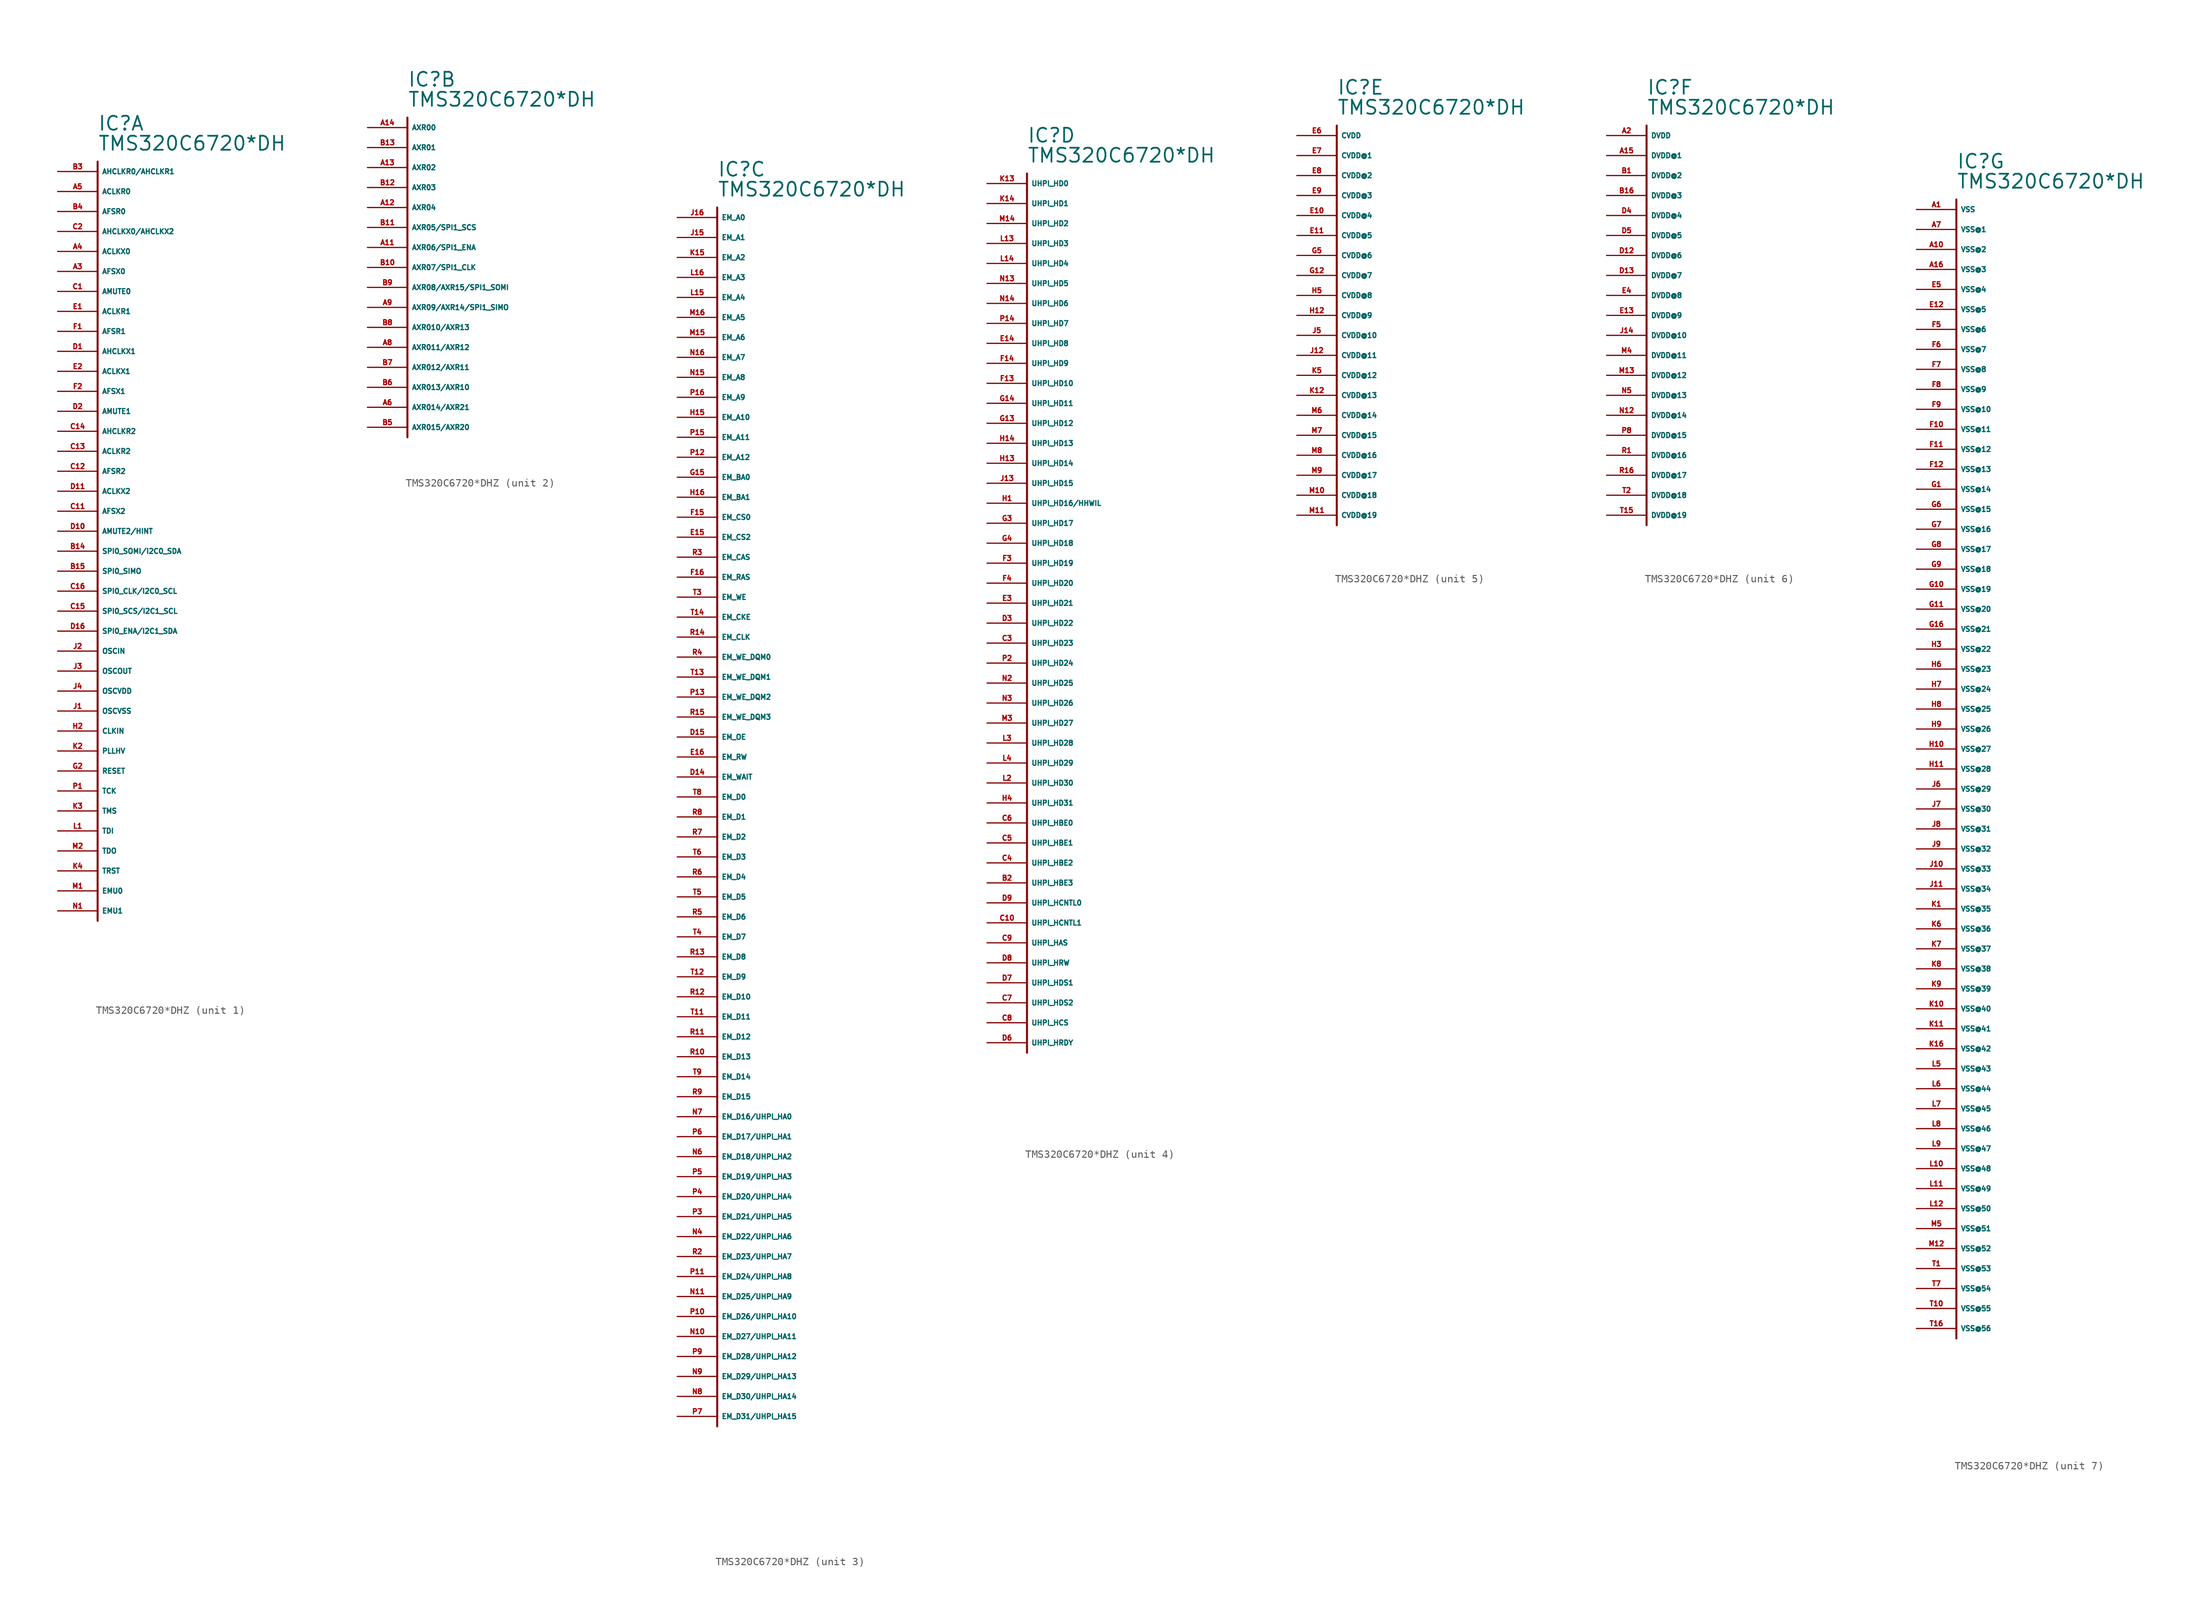
<source format=kicad_sym>
(kicad_symbol_lib
  (version 20220914)
  (generator Eagle2Kicad)
  (symbol "TMS320C6720*DHZ"
    (property "Reference" "IC"
      (at 0 5.08 0)
      (effects (font (size 1.778 1.778) (thickness 0.22)) (justify left bottom)))
    (property "Value" "TMS320C6720*DH"
      (at 0 2.54 0)
      (effects (font (size 1.778 1.778) (thickness 0.22)) (justify left bottom)))
    (symbol "TMS320C6720*DHZ_1_0"
      (polyline (pts (xy 0 1.27) (xy 0 -95.25)) (stroke (width 0.254) (type default)) (fill (type none)))
      (pin bidirectional line (at -5.08 0 0) (length 5.08) (name "AHCLKR0/AHCLKR1" (effects (font (size 0.635 0.635) (thickness 0.08)) (justify left bottom))) (number "B3" (effects (font (size 0.635 0.635) (thickness 0.08)) (justify left bottom))))
      (pin bidirectional line (at -5.08 -2.54 0) (length 5.08) (name "ACLKR0" (effects (font (size 0.635 0.635) (thickness 0.08)) (justify left bottom))) (number "A5" (effects (font (size 0.635 0.635) (thickness 0.08)) (justify left bottom))))
      (pin bidirectional line (at -5.08 -5.08 0) (length 5.08) (name "AFSR0" (effects (font (size 0.635 0.635) (thickness 0.08)) (justify left bottom))) (number "B4" (effects (font (size 0.635 0.635) (thickness 0.08)) (justify left bottom))))
      (pin bidirectional line (at -5.08 -7.62 0) (length 5.08) (name "AHCLKX0/AHCLKX2" (effects (font (size 0.635 0.635) (thickness 0.08)) (justify left bottom))) (number "C2" (effects (font (size 0.635 0.635) (thickness 0.08)) (justify left bottom))))
      (pin bidirectional line (at -5.08 -10.16 0) (length 5.08) (name "ACLKX0" (effects (font (size 0.635 0.635) (thickness 0.08)) (justify left bottom))) (number "A4" (effects (font (size 0.635 0.635) (thickness 0.08)) (justify left bottom))))
      (pin bidirectional line (at -5.08 -12.7 0) (length 5.08) (name "AFSX0" (effects (font (size 0.635 0.635) (thickness 0.08)) (justify left bottom))) (number "A3" (effects (font (size 0.635 0.635) (thickness 0.08)) (justify left bottom))))
      (pin bidirectional line (at -5.08 -17.78 0) (length 5.08) (name "ACLKR1" (effects (font (size 0.635 0.635) (thickness 0.08)) (justify left bottom))) (number "E1" (effects (font (size 0.635 0.635) (thickness 0.08)) (justify left bottom))))
      (pin bidirectional line (at -5.08 -20.32 0) (length 5.08) (name "AFSR1" (effects (font (size 0.635 0.635) (thickness 0.08)) (justify left bottom))) (number "F1" (effects (font (size 0.635 0.635) (thickness 0.08)) (justify left bottom))))
      (pin bidirectional line (at -5.08 -22.86 0) (length 5.08) (name "AHCLKX1" (effects (font (size 0.635 0.635) (thickness 0.08)) (justify left bottom))) (number "D1" (effects (font (size 0.635 0.635) (thickness 0.08)) (justify left bottom))))
      (pin bidirectional line (at -5.08 -25.4 0) (length 5.08) (name "ACLKX1" (effects (font (size 0.635 0.635) (thickness 0.08)) (justify left bottom))) (number "E2" (effects (font (size 0.635 0.635) (thickness 0.08)) (justify left bottom))))
      (pin bidirectional line (at -5.08 -27.94 0) (length 5.08) (name "AFSX1" (effects (font (size 0.635 0.635) (thickness 0.08)) (justify left bottom))) (number "F2" (effects (font (size 0.635 0.635) (thickness 0.08)) (justify left bottom))))
      (pin output line (at -5.08 -30.48 0) (length 5.08) (name "AMUTE1" (effects (font (size 0.635 0.635) (thickness 0.08)) (justify left bottom))) (number "D2" (effects (font (size 0.635 0.635) (thickness 0.08)) (justify left bottom))))
      (pin bidirectional line (at -5.08 -33.02 0) (length 5.08) (name "AHCLKR2" (effects (font (size 0.635 0.635) (thickness 0.08)) (justify left bottom))) (number "C14" (effects (font (size 0.635 0.635) (thickness 0.08)) (justify left bottom))))
      (pin bidirectional line (at -5.08 -35.56 0) (length 5.08) (name "ACLKR2" (effects (font (size 0.635 0.635) (thickness 0.08)) (justify left bottom))) (number "C13" (effects (font (size 0.635 0.635) (thickness 0.08)) (justify left bottom))))
      (pin bidirectional line (at -5.08 -38.1 0) (length 5.08) (name "AFSR2" (effects (font (size 0.635 0.635) (thickness 0.08)) (justify left bottom))) (number "C12" (effects (font (size 0.635 0.635) (thickness 0.08)) (justify left bottom))))
      (pin bidirectional line (at -5.08 -40.64 0) (length 5.08) (name "ACLKX2" (effects (font (size 0.635 0.635) (thickness 0.08)) (justify left bottom))) (number "D11" (effects (font (size 0.635 0.635) (thickness 0.08)) (justify left bottom))))
      (pin bidirectional line (at -5.08 -43.18 0) (length 5.08) (name "AFSX2" (effects (font (size 0.635 0.635) (thickness 0.08)) (justify left bottom))) (number "C11" (effects (font (size 0.635 0.635) (thickness 0.08)) (justify left bottom))))
      (pin output line (at -5.08 -45.72 0) (length 5.08) (name "AMUTE2/HINT" (effects (font (size 0.635 0.635) (thickness 0.08)) (justify left bottom))) (number "D10" (effects (font (size 0.635 0.635) (thickness 0.08)) (justify left bottom))))
      (pin bidirectional line (at -5.08 -48.26 0) (length 5.08) (name "SPI0_SOMI/I2C0_SDA" (effects (font (size 0.635 0.635) (thickness 0.08)) (justify left bottom))) (number "B14" (effects (font (size 0.635 0.635) (thickness 0.08)) (justify left bottom))))
      (pin bidirectional line (at -5.08 -50.8 0) (length 5.08) (name "SPI0_SIMO" (effects (font (size 0.635 0.635) (thickness 0.08)) (justify left bottom))) (number "B15" (effects (font (size 0.635 0.635) (thickness 0.08)) (justify left bottom))))
      (pin bidirectional line (at -5.08 -53.34 0) (length 5.08) (name "SPI0_CLK/I2C0_SCL" (effects (font (size 0.635 0.635) (thickness 0.08)) (justify left bottom))) (number "C16" (effects (font (size 0.635 0.635) (thickness 0.08)) (justify left bottom))))
      (pin bidirectional line (at -5.08 -55.88 0) (length 5.08) (name "SPI0_SCS/I2C1_SCL" (effects (font (size 0.635 0.635) (thickness 0.08)) (justify left bottom))) (number "C15" (effects (font (size 0.635 0.635) (thickness 0.08)) (justify left bottom))))
      (pin bidirectional line (at -5.08 -58.42 0) (length 5.08) (name "SPI0_ENA/I2C1_SDA" (effects (font (size 0.635 0.635) (thickness 0.08)) (justify left bottom))) (number "D16" (effects (font (size 0.635 0.635) (thickness 0.08)) (justify left bottom))))
      (pin input line (at -5.08 -60.96 0) (length 5.08) (name "OSCIN" (effects (font (size 0.635 0.635) (thickness 0.08)) (justify left bottom))) (number "J2" (effects (font (size 0.635 0.635) (thickness 0.08)) (justify left bottom))))
      (pin output line (at -5.08 -63.5 0) (length 5.08) (name "OSCOUT" (effects (font (size 0.635 0.635) (thickness 0.08)) (justify left bottom))) (number "J3" (effects (font (size 0.635 0.635) (thickness 0.08)) (justify left bottom))))
      (pin unspecified line (at -5.08 -66.04 0) (length 5.08) (name "OSCVDD" (effects (font (size 0.635 0.635) (thickness 0.08)) (justify left bottom))) (number "J4" (effects (font (size 0.635 0.635) (thickness 0.08)) (justify left bottom))))
      (pin unspecified line (at -5.08 -68.58 0) (length 5.08) (name "OSCVSS" (effects (font (size 0.635 0.635) (thickness 0.08)) (justify left bottom))) (number "J1" (effects (font (size 0.635 0.635) (thickness 0.08)) (justify left bottom))))
      (pin input line (at -5.08 -71.12 0) (length 5.08) (name "CLKIN" (effects (font (size 0.635 0.635) (thickness 0.08)) (justify left bottom))) (number "H2" (effects (font (size 0.635 0.635) (thickness 0.08)) (justify left bottom))))
      (pin unspecified line (at -5.08 -73.66 0) (length 5.08) (name "PLLHV" (effects (font (size 0.635 0.635) (thickness 0.08)) (justify left bottom))) (number "K2" (effects (font (size 0.635 0.635) (thickness 0.08)) (justify left bottom))))
      (pin input line (at -5.08 -76.2 0) (length 5.08) (name "RESET" (effects (font (size 0.635 0.635) (thickness 0.08)) (justify left bottom))) (number "G2" (effects (font (size 0.635 0.635) (thickness 0.08)) (justify left bottom))))
      (pin input line (at -5.08 -78.74 0) (length 5.08) (name "TCK" (effects (font (size 0.635 0.635) (thickness 0.08)) (justify left bottom))) (number "P1" (effects (font (size 0.635 0.635) (thickness 0.08)) (justify left bottom))))
      (pin input line (at -5.08 -81.28 0) (length 5.08) (name "TMS" (effects (font (size 0.635 0.635) (thickness 0.08)) (justify left bottom))) (number "K3" (effects (font (size 0.635 0.635) (thickness 0.08)) (justify left bottom))))
      (pin input line (at -5.08 -83.82 0) (length 5.08) (name "TDI" (effects (font (size 0.635 0.635) (thickness 0.08)) (justify left bottom))) (number "L1" (effects (font (size 0.635 0.635) (thickness 0.08)) (justify left bottom))))
      (pin tri_state line (at -5.08 -86.36 0) (length 5.08) (name "TDO" (effects (font (size 0.635 0.635) (thickness 0.08)) (justify left bottom))) (number "M2" (effects (font (size 0.635 0.635) (thickness 0.08)) (justify left bottom))))
      (pin input line (at -5.08 -88.9 0) (length 5.08) (name "TRST" (effects (font (size 0.635 0.635) (thickness 0.08)) (justify left bottom))) (number "K4" (effects (font (size 0.635 0.635) (thickness 0.08)) (justify left bottom))))
      (pin bidirectional line (at -5.08 -91.44 0) (length 5.08) (name "EMU0" (effects (font (size 0.635 0.635) (thickness 0.08)) (justify left bottom))) (number "M1" (effects (font (size 0.635 0.635) (thickness 0.08)) (justify left bottom))))
      (pin bidirectional line (at -5.08 -93.98 0) (length 5.08) (name "EMU1" (effects (font (size 0.635 0.635) (thickness 0.08)) (justify left bottom))) (number "N1" (effects (font (size 0.635 0.635) (thickness 0.08)) (justify left bottom))))
      (pin output line (at -5.08 -15.24 0) (length 5.08) (name "AMUTE0" (effects (font (size 0.635 0.635) (thickness 0.08)) (justify left bottom))) (number "C1" (effects (font (size 0.635 0.635) (thickness 0.08)) (justify left bottom)))))
    (symbol "TMS320C6720*DHZ_2_0"
      (polyline (pts (xy 0 1.27) (xy 0 -39.37)) (stroke (width 0.254) (type default)) (fill (type none)))
      (pin bidirectional line (at -5.08 0 0) (length 5.08) (name "AXR00" (effects (font (size 0.635 0.635) (thickness 0.08)) (justify left bottom))) (number "A14" (effects (font (size 0.635 0.635) (thickness 0.08)) (justify left bottom))))
      (pin bidirectional line (at -5.08 -2.54 0) (length 5.08) (name "AXR01" (effects (font (size 0.635 0.635) (thickness 0.08)) (justify left bottom))) (number "B13" (effects (font (size 0.635 0.635) (thickness 0.08)) (justify left bottom))))
      (pin bidirectional line (at -5.08 -5.08 0) (length 5.08) (name "AXR02" (effects (font (size 0.635 0.635) (thickness 0.08)) (justify left bottom))) (number "A13" (effects (font (size 0.635 0.635) (thickness 0.08)) (justify left bottom))))
      (pin bidirectional line (at -5.08 -7.62 0) (length 5.08) (name "AXR03" (effects (font (size 0.635 0.635) (thickness 0.08)) (justify left bottom))) (number "B12" (effects (font (size 0.635 0.635) (thickness 0.08)) (justify left bottom))))
      (pin bidirectional line (at -5.08 -10.16 0) (length 5.08) (name "AXR04" (effects (font (size 0.635 0.635) (thickness 0.08)) (justify left bottom))) (number "A12" (effects (font (size 0.635 0.635) (thickness 0.08)) (justify left bottom))))
      (pin bidirectional line (at -5.08 -12.7 0) (length 5.08) (name "AXR05/SPI1_SCS" (effects (font (size 0.635 0.635) (thickness 0.08)) (justify left bottom))) (number "B11" (effects (font (size 0.635 0.635) (thickness 0.08)) (justify left bottom))))
      (pin bidirectional line (at -5.08 -15.24 0) (length 5.08) (name "AXR06/SPI1_ENA" (effects (font (size 0.635 0.635) (thickness 0.08)) (justify left bottom))) (number "A11" (effects (font (size 0.635 0.635) (thickness 0.08)) (justify left bottom))))
      (pin bidirectional line (at -5.08 -17.78 0) (length 5.08) (name "AXR07/SPI1_CLK" (effects (font (size 0.635 0.635) (thickness 0.08)) (justify left bottom))) (number "B10" (effects (font (size 0.635 0.635) (thickness 0.08)) (justify left bottom))))
      (pin bidirectional line (at -5.08 -20.32 0) (length 5.08) (name "AXR08/AXR15/SPI1_SOMI" (effects (font (size 0.635 0.635) (thickness 0.08)) (justify left bottom))) (number "B9" (effects (font (size 0.635 0.635) (thickness 0.08)) (justify left bottom))))
      (pin bidirectional line (at -5.08 -22.86 0) (length 5.08) (name "AXR09/AXR14/SPI1_SIMO" (effects (font (size 0.635 0.635) (thickness 0.08)) (justify left bottom))) (number "A9" (effects (font (size 0.635 0.635) (thickness 0.08)) (justify left bottom))))
      (pin bidirectional line (at -5.08 -25.4 0) (length 5.08) (name "AXR010/AXR13" (effects (font (size 0.635 0.635) (thickness 0.08)) (justify left bottom))) (number "B8" (effects (font (size 0.635 0.635) (thickness 0.08)) (justify left bottom))))
      (pin bidirectional line (at -5.08 -27.94 0) (length 5.08) (name "AXR011/AXR12" (effects (font (size 0.635 0.635) (thickness 0.08)) (justify left bottom))) (number "A8" (effects (font (size 0.635 0.635) (thickness 0.08)) (justify left bottom))))
      (pin bidirectional line (at -5.08 -30.48 0) (length 5.08) (name "AXR012/AXR11" (effects (font (size 0.635 0.635) (thickness 0.08)) (justify left bottom))) (number "B7" (effects (font (size 0.635 0.635) (thickness 0.08)) (justify left bottom))))
      (pin bidirectional line (at -5.08 -33.02 0) (length 5.08) (name "AXR013/AXR10" (effects (font (size 0.635 0.635) (thickness 0.08)) (justify left bottom))) (number "B6" (effects (font (size 0.635 0.635) (thickness 0.08)) (justify left bottom))))
      (pin bidirectional line (at -5.08 -35.56 0) (length 5.08) (name "AXR014/AXR21" (effects (font (size 0.635 0.635) (thickness 0.08)) (justify left bottom))) (number "A6" (effects (font (size 0.635 0.635) (thickness 0.08)) (justify left bottom))))
      (pin bidirectional line (at -5.08 -38.1 0) (length 5.08) (name "AXR015/AXR20" (effects (font (size 0.635 0.635) (thickness 0.08)) (justify left bottom))) (number "B5" (effects (font (size 0.635 0.635) (thickness 0.08)) (justify left bottom)))))
    (symbol "TMS320C6720*DHZ_3_0"
      (polyline (pts (xy 0 1.27) (xy 0 -153.67)) (stroke (width 0.254) (type default)) (fill (type none)))
      (pin output line (at -5.08 0 0) (length 5.08) (name "EM_A0" (effects (font (size 0.635 0.635) (thickness 0.08)) (justify left bottom))) (number "J16" (effects (font (size 0.635 0.635) (thickness 0.08)) (justify left bottom))))
      (pin output line (at -5.08 -2.54 0) (length 5.08) (name "EM_A1" (effects (font (size 0.635 0.635) (thickness 0.08)) (justify left bottom))) (number "J15" (effects (font (size 0.635 0.635) (thickness 0.08)) (justify left bottom))))
      (pin output line (at -5.08 -5.08 0) (length 5.08) (name "EM_A2" (effects (font (size 0.635 0.635) (thickness 0.08)) (justify left bottom))) (number "K15" (effects (font (size 0.635 0.635) (thickness 0.08)) (justify left bottom))))
      (pin output line (at -5.08 -7.62 0) (length 5.08) (name "EM_A3" (effects (font (size 0.635 0.635) (thickness 0.08)) (justify left bottom))) (number "L16" (effects (font (size 0.635 0.635) (thickness 0.08)) (justify left bottom))))
      (pin output line (at -5.08 -10.16 0) (length 5.08) (name "EM_A4" (effects (font (size 0.635 0.635) (thickness 0.08)) (justify left bottom))) (number "L15" (effects (font (size 0.635 0.635) (thickness 0.08)) (justify left bottom))))
      (pin output line (at -5.08 -12.7 0) (length 5.08) (name "EM_A5" (effects (font (size 0.635 0.635) (thickness 0.08)) (justify left bottom))) (number "M16" (effects (font (size 0.635 0.635) (thickness 0.08)) (justify left bottom))))
      (pin output line (at -5.08 -15.24 0) (length 5.08) (name "EM_A6" (effects (font (size 0.635 0.635) (thickness 0.08)) (justify left bottom))) (number "M15" (effects (font (size 0.635 0.635) (thickness 0.08)) (justify left bottom))))
      (pin output line (at -5.08 -17.78 0) (length 5.08) (name "EM_A7" (effects (font (size 0.635 0.635) (thickness 0.08)) (justify left bottom))) (number "N16" (effects (font (size 0.635 0.635) (thickness 0.08)) (justify left bottom))))
      (pin output line (at -5.08 -20.32 0) (length 5.08) (name "EM_A8" (effects (font (size 0.635 0.635) (thickness 0.08)) (justify left bottom))) (number "N15" (effects (font (size 0.635 0.635) (thickness 0.08)) (justify left bottom))))
      (pin output line (at -5.08 -22.86 0) (length 5.08) (name "EM_A9" (effects (font (size 0.635 0.635) (thickness 0.08)) (justify left bottom))) (number "P16" (effects (font (size 0.635 0.635) (thickness 0.08)) (justify left bottom))))
      (pin output line (at -5.08 -25.4 0) (length 5.08) (name "EM_A10" (effects (font (size 0.635 0.635) (thickness 0.08)) (justify left bottom))) (number "H15" (effects (font (size 0.635 0.635) (thickness 0.08)) (justify left bottom))))
      (pin output line (at -5.08 -27.94 0) (length 5.08) (name "EM_A11" (effects (font (size 0.635 0.635) (thickness 0.08)) (justify left bottom))) (number "P15" (effects (font (size 0.635 0.635) (thickness 0.08)) (justify left bottom))))
      (pin output line (at -5.08 -30.48 0) (length 5.08) (name "EM_A12" (effects (font (size 0.635 0.635) (thickness 0.08)) (justify left bottom))) (number "P12" (effects (font (size 0.635 0.635) (thickness 0.08)) (justify left bottom))))
      (pin output line (at -5.08 -33.02 0) (length 5.08) (name "EM_BA0" (effects (font (size 0.635 0.635) (thickness 0.08)) (justify left bottom))) (number "G15" (effects (font (size 0.635 0.635) (thickness 0.08)) (justify left bottom))))
      (pin output line (at -5.08 -35.56 0) (length 5.08) (name "EM_BA1" (effects (font (size 0.635 0.635) (thickness 0.08)) (justify left bottom))) (number "H16" (effects (font (size 0.635 0.635) (thickness 0.08)) (justify left bottom))))
      (pin output line (at -5.08 -38.1 0) (length 5.08) (name "EM_CS0" (effects (font (size 0.635 0.635) (thickness 0.08)) (justify left bottom))) (number "F15" (effects (font (size 0.635 0.635) (thickness 0.08)) (justify left bottom))))
      (pin output line (at -5.08 -40.64 0) (length 5.08) (name "EM_CS2" (effects (font (size 0.635 0.635) (thickness 0.08)) (justify left bottom))) (number "E15" (effects (font (size 0.635 0.635) (thickness 0.08)) (justify left bottom))))
      (pin output line (at -5.08 -43.18 0) (length 5.08) (name "EM_CAS" (effects (font (size 0.635 0.635) (thickness 0.08)) (justify left bottom))) (number "R3" (effects (font (size 0.635 0.635) (thickness 0.08)) (justify left bottom))))
      (pin output line (at -5.08 -45.72 0) (length 5.08) (name "EM_RAS" (effects (font (size 0.635 0.635) (thickness 0.08)) (justify left bottom))) (number "F16" (effects (font (size 0.635 0.635) (thickness 0.08)) (justify left bottom))))
      (pin output line (at -5.08 -48.26 0) (length 5.08) (name "EM_WE" (effects (font (size 0.635 0.635) (thickness 0.08)) (justify left bottom))) (number "T3" (effects (font (size 0.635 0.635) (thickness 0.08)) (justify left bottom))))
      (pin output line (at -5.08 -50.8 0) (length 5.08) (name "EM_CKE" (effects (font (size 0.635 0.635) (thickness 0.08)) (justify left bottom))) (number "T14" (effects (font (size 0.635 0.635) (thickness 0.08)) (justify left bottom))))
      (pin output line (at -5.08 -53.34 0) (length 5.08) (name "EM_CLK" (effects (font (size 0.635 0.635) (thickness 0.08)) (justify left bottom))) (number "R14" (effects (font (size 0.635 0.635) (thickness 0.08)) (justify left bottom))))
      (pin output line (at -5.08 -55.88 0) (length 5.08) (name "EM_WE_DQM0" (effects (font (size 0.635 0.635) (thickness 0.08)) (justify left bottom))) (number "R4" (effects (font (size 0.635 0.635) (thickness 0.08)) (justify left bottom))))
      (pin output line (at -5.08 -58.42 0) (length 5.08) (name "EM_WE_DQM1" (effects (font (size 0.635 0.635) (thickness 0.08)) (justify left bottom))) (number "T13" (effects (font (size 0.635 0.635) (thickness 0.08)) (justify left bottom))))
      (pin output line (at -5.08 -60.96 0) (length 5.08) (name "EM_WE_DQM2" (effects (font (size 0.635 0.635) (thickness 0.08)) (justify left bottom))) (number "P13" (effects (font (size 0.635 0.635) (thickness 0.08)) (justify left bottom))))
      (pin output line (at -5.08 -63.5 0) (length 5.08) (name "EM_WE_DQM3" (effects (font (size 0.635 0.635) (thickness 0.08)) (justify left bottom))) (number "R15" (effects (font (size 0.635 0.635) (thickness 0.08)) (justify left bottom))))
      (pin output line (at -5.08 -66.04 0) (length 5.08) (name "EM_OE" (effects (font (size 0.635 0.635) (thickness 0.08)) (justify left bottom))) (number "D15" (effects (font (size 0.635 0.635) (thickness 0.08)) (justify left bottom))))
      (pin output line (at -5.08 -68.58 0) (length 5.08) (name "EM_RW" (effects (font (size 0.635 0.635) (thickness 0.08)) (justify left bottom))) (number "E16" (effects (font (size 0.635 0.635) (thickness 0.08)) (justify left bottom))))
      (pin input line (at -5.08 -71.12 0) (length 5.08) (name "EM_WAIT" (effects (font (size 0.635 0.635) (thickness 0.08)) (justify left bottom))) (number "D14" (effects (font (size 0.635 0.635) (thickness 0.08)) (justify left bottom))))
      (pin bidirectional line (at -5.08 -73.66 0) (length 5.08) (name "EM_D0" (effects (font (size 0.635 0.635) (thickness 0.08)) (justify left bottom))) (number "T8" (effects (font (size 0.635 0.635) (thickness 0.08)) (justify left bottom))))
      (pin bidirectional line (at -5.08 -76.2 0) (length 5.08) (name "EM_D1" (effects (font (size 0.635 0.635) (thickness 0.08)) (justify left bottom))) (number "R8" (effects (font (size 0.635 0.635) (thickness 0.08)) (justify left bottom))))
      (pin bidirectional line (at -5.08 -78.74 0) (length 5.08) (name "EM_D2" (effects (font (size 0.635 0.635) (thickness 0.08)) (justify left bottom))) (number "R7" (effects (font (size 0.635 0.635) (thickness 0.08)) (justify left bottom))))
      (pin bidirectional line (at -5.08 -81.28 0) (length 5.08) (name "EM_D3" (effects (font (size 0.635 0.635) (thickness 0.08)) (justify left bottom))) (number "T6" (effects (font (size 0.635 0.635) (thickness 0.08)) (justify left bottom))))
      (pin bidirectional line (at -5.08 -83.82 0) (length 5.08) (name "EM_D4" (effects (font (size 0.635 0.635) (thickness 0.08)) (justify left bottom))) (number "R6" (effects (font (size 0.635 0.635) (thickness 0.08)) (justify left bottom))))
      (pin bidirectional line (at -5.08 -86.36 0) (length 5.08) (name "EM_D5" (effects (font (size 0.635 0.635) (thickness 0.08)) (justify left bottom))) (number "T5" (effects (font (size 0.635 0.635) (thickness 0.08)) (justify left bottom))))
      (pin bidirectional line (at -5.08 -88.9 0) (length 5.08) (name "EM_D6" (effects (font (size 0.635 0.635) (thickness 0.08)) (justify left bottom))) (number "R5" (effects (font (size 0.635 0.635) (thickness 0.08)) (justify left bottom))))
      (pin bidirectional line (at -5.08 -91.44 0) (length 5.08) (name "EM_D7" (effects (font (size 0.635 0.635) (thickness 0.08)) (justify left bottom))) (number "T4" (effects (font (size 0.635 0.635) (thickness 0.08)) (justify left bottom))))
      (pin bidirectional line (at -5.08 -93.98 0) (length 5.08) (name "EM_D8" (effects (font (size 0.635 0.635) (thickness 0.08)) (justify left bottom))) (number "R13" (effects (font (size 0.635 0.635) (thickness 0.08)) (justify left bottom))))
      (pin bidirectional line (at -5.08 -96.52 0) (length 5.08) (name "EM_D9" (effects (font (size 0.635 0.635) (thickness 0.08)) (justify left bottom))) (number "T12" (effects (font (size 0.635 0.635) (thickness 0.08)) (justify left bottom))))
      (pin bidirectional line (at -5.08 -99.06 0) (length 5.08) (name "EM_D10" (effects (font (size 0.635 0.635) (thickness 0.08)) (justify left bottom))) (number "R12" (effects (font (size 0.635 0.635) (thickness 0.08)) (justify left bottom))))
      (pin bidirectional line (at -5.08 -101.6 0) (length 5.08) (name "EM_D11" (effects (font (size 0.635 0.635) (thickness 0.08)) (justify left bottom))) (number "T11" (effects (font (size 0.635 0.635) (thickness 0.08)) (justify left bottom))))
      (pin bidirectional line (at -5.08 -104.14 0) (length 5.08) (name "EM_D12" (effects (font (size 0.635 0.635) (thickness 0.08)) (justify left bottom))) (number "R11" (effects (font (size 0.635 0.635) (thickness 0.08)) (justify left bottom))))
      (pin bidirectional line (at -5.08 -106.68 0) (length 5.08) (name "EM_D13" (effects (font (size 0.635 0.635) (thickness 0.08)) (justify left bottom))) (number "R10" (effects (font (size 0.635 0.635) (thickness 0.08)) (justify left bottom))))
      (pin bidirectional line (at -5.08 -109.22 0) (length 5.08) (name "EM_D14" (effects (font (size 0.635 0.635) (thickness 0.08)) (justify left bottom))) (number "T9" (effects (font (size 0.635 0.635) (thickness 0.08)) (justify left bottom))))
      (pin bidirectional line (at -5.08 -111.76 0) (length 5.08) (name "EM_D15" (effects (font (size 0.635 0.635) (thickness 0.08)) (justify left bottom))) (number "R9" (effects (font (size 0.635 0.635) (thickness 0.08)) (justify left bottom))))
      (pin bidirectional line (at -5.08 -114.3 0) (length 5.08) (name "EM_D16/UHPI_HA0" (effects (font (size 0.635 0.635) (thickness 0.08)) (justify left bottom))) (number "N7" (effects (font (size 0.635 0.635) (thickness 0.08)) (justify left bottom))))
      (pin bidirectional line (at -5.08 -116.84 0) (length 5.08) (name "EM_D17/UHPI_HA1" (effects (font (size 0.635 0.635) (thickness 0.08)) (justify left bottom))) (number "P6" (effects (font (size 0.635 0.635) (thickness 0.08)) (justify left bottom))))
      (pin bidirectional line (at -5.08 -119.38 0) (length 5.08) (name "EM_D18/UHPI_HA2" (effects (font (size 0.635 0.635) (thickness 0.08)) (justify left bottom))) (number "N6" (effects (font (size 0.635 0.635) (thickness 0.08)) (justify left bottom))))
      (pin bidirectional line (at -5.08 -121.92 0) (length 5.08) (name "EM_D19/UHPI_HA3" (effects (font (size 0.635 0.635) (thickness 0.08)) (justify left bottom))) (number "P5" (effects (font (size 0.635 0.635) (thickness 0.08)) (justify left bottom))))
      (pin bidirectional line (at -5.08 -124.46 0) (length 5.08) (name "EM_D20/UHPI_HA4" (effects (font (size 0.635 0.635) (thickness 0.08)) (justify left bottom))) (number "P4" (effects (font (size 0.635 0.635) (thickness 0.08)) (justify left bottom))))
      (pin bidirectional line (at -5.08 -127 0) (length 5.08) (name "EM_D21/UHPI_HA5" (effects (font (size 0.635 0.635) (thickness 0.08)) (justify left bottom))) (number "P3" (effects (font (size 0.635 0.635) (thickness 0.08)) (justify left bottom))))
      (pin bidirectional line (at -5.08 -129.54 0) (length 5.08) (name "EM_D22/UHPI_HA6" (effects (font (size 0.635 0.635) (thickness 0.08)) (justify left bottom))) (number "N4" (effects (font (size 0.635 0.635) (thickness 0.08)) (justify left bottom))))
      (pin bidirectional line (at -5.08 -132.08 0) (length 5.08) (name "EM_D23/UHPI_HA7" (effects (font (size 0.635 0.635) (thickness 0.08)) (justify left bottom))) (number "R2" (effects (font (size 0.635 0.635) (thickness 0.08)) (justify left bottom))))
      (pin bidirectional line (at -5.08 -134.62 0) (length 5.08) (name "EM_D24/UHPI_HA8" (effects (font (size 0.635 0.635) (thickness 0.08)) (justify left bottom))) (number "P11" (effects (font (size 0.635 0.635) (thickness 0.08)) (justify left bottom))))
      (pin bidirectional line (at -5.08 -137.16 0) (length 5.08) (name "EM_D25/UHPI_HA9" (effects (font (size 0.635 0.635) (thickness 0.08)) (justify left bottom))) (number "N11" (effects (font (size 0.635 0.635) (thickness 0.08)) (justify left bottom))))
      (pin bidirectional line (at -5.08 -139.7 0) (length 5.08) (name "EM_D26/UHPI_HA10" (effects (font (size 0.635 0.635) (thickness 0.08)) (justify left bottom))) (number "P10" (effects (font (size 0.635 0.635) (thickness 0.08)) (justify left bottom))))
      (pin bidirectional line (at -5.08 -142.24 0) (length 5.08) (name "EM_D27/UHPI_HA11" (effects (font (size 0.635 0.635) (thickness 0.08)) (justify left bottom))) (number "N10" (effects (font (size 0.635 0.635) (thickness 0.08)) (justify left bottom))))
      (pin bidirectional line (at -5.08 -144.78 0) (length 5.08) (name "EM_D28/UHPI_HA12" (effects (font (size 0.635 0.635) (thickness 0.08)) (justify left bottom))) (number "P9" (effects (font (size 0.635 0.635) (thickness 0.08)) (justify left bottom))))
      (pin bidirectional line (at -5.08 -147.32 0) (length 5.08) (name "EM_D29/UHPI_HA13" (effects (font (size 0.635 0.635) (thickness 0.08)) (justify left bottom))) (number "N9" (effects (font (size 0.635 0.635) (thickness 0.08)) (justify left bottom))))
      (pin bidirectional line (at -5.08 -149.86 0) (length 5.08) (name "EM_D30/UHPI_HA14" (effects (font (size 0.635 0.635) (thickness 0.08)) (justify left bottom))) (number "N8" (effects (font (size 0.635 0.635) (thickness 0.08)) (justify left bottom))))
      (pin bidirectional line (at -5.08 -152.4 0) (length 5.08) (name "EM_D31/UHPI_HA15" (effects (font (size 0.635 0.635) (thickness 0.08)) (justify left bottom))) (number "P7" (effects (font (size 0.635 0.635) (thickness 0.08)) (justify left bottom)))))
    (symbol "TMS320C6720*DHZ_4_0"
      (polyline (pts (xy 0 1.27) (xy 0 -110.49)) (stroke (width 0.254) (type default)) (fill (type none)))
      (pin bidirectional line (at -5.08 0 0) (length 5.08) (name "UHPI_HD0" (effects (font (size 0.635 0.635) (thickness 0.08)) (justify left bottom))) (number "K13" (effects (font (size 0.635 0.635) (thickness 0.08)) (justify left bottom))))
      (pin bidirectional line (at -5.08 -2.54 0) (length 5.08) (name "UHPI_HD1" (effects (font (size 0.635 0.635) (thickness 0.08)) (justify left bottom))) (number "K14" (effects (font (size 0.635 0.635) (thickness 0.08)) (justify left bottom))))
      (pin bidirectional line (at -5.08 -5.08 0) (length 5.08) (name "UHPI_HD2" (effects (font (size 0.635 0.635) (thickness 0.08)) (justify left bottom))) (number "M14" (effects (font (size 0.635 0.635) (thickness 0.08)) (justify left bottom))))
      (pin bidirectional line (at -5.08 -7.62 0) (length 5.08) (name "UHPI_HD3" (effects (font (size 0.635 0.635) (thickness 0.08)) (justify left bottom))) (number "L13" (effects (font (size 0.635 0.635) (thickness 0.08)) (justify left bottom))))
      (pin bidirectional line (at -5.08 -10.16 0) (length 5.08) (name "UHPI_HD4" (effects (font (size 0.635 0.635) (thickness 0.08)) (justify left bottom))) (number "L14" (effects (font (size 0.635 0.635) (thickness 0.08)) (justify left bottom))))
      (pin bidirectional line (at -5.08 -12.7 0) (length 5.08) (name "UHPI_HD5" (effects (font (size 0.635 0.635) (thickness 0.08)) (justify left bottom))) (number "N13" (effects (font (size 0.635 0.635) (thickness 0.08)) (justify left bottom))))
      (pin bidirectional line (at -5.08 -15.24 0) (length 5.08) (name "UHPI_HD6" (effects (font (size 0.635 0.635) (thickness 0.08)) (justify left bottom))) (number "N14" (effects (font (size 0.635 0.635) (thickness 0.08)) (justify left bottom))))
      (pin bidirectional line (at -5.08 -17.78 0) (length 5.08) (name "UHPI_HD7" (effects (font (size 0.635 0.635) (thickness 0.08)) (justify left bottom))) (number "P14" (effects (font (size 0.635 0.635) (thickness 0.08)) (justify left bottom))))
      (pin bidirectional line (at -5.08 -20.32 0) (length 5.08) (name "UHPI_HD8" (effects (font (size 0.635 0.635) (thickness 0.08)) (justify left bottom))) (number "E14" (effects (font (size 0.635 0.635) (thickness 0.08)) (justify left bottom))))
      (pin bidirectional line (at -5.08 -22.86 0) (length 5.08) (name "UHPI_HD9" (effects (font (size 0.635 0.635) (thickness 0.08)) (justify left bottom))) (number "F14" (effects (font (size 0.635 0.635) (thickness 0.08)) (justify left bottom))))
      (pin bidirectional line (at -5.08 -25.4 0) (length 5.08) (name "UHPI_HD10" (effects (font (size 0.635 0.635) (thickness 0.08)) (justify left bottom))) (number "F13" (effects (font (size 0.635 0.635) (thickness 0.08)) (justify left bottom))))
      (pin bidirectional line (at -5.08 -27.94 0) (length 5.08) (name "UHPI_HD11" (effects (font (size 0.635 0.635) (thickness 0.08)) (justify left bottom))) (number "G14" (effects (font (size 0.635 0.635) (thickness 0.08)) (justify left bottom))))
      (pin bidirectional line (at -5.08 -30.48 0) (length 5.08) (name "UHPI_HD12" (effects (font (size 0.635 0.635) (thickness 0.08)) (justify left bottom))) (number "G13" (effects (font (size 0.635 0.635) (thickness 0.08)) (justify left bottom))))
      (pin bidirectional line (at -5.08 -33.02 0) (length 5.08) (name "UHPI_HD13" (effects (font (size 0.635 0.635) (thickness 0.08)) (justify left bottom))) (number "H14" (effects (font (size 0.635 0.635) (thickness 0.08)) (justify left bottom))))
      (pin bidirectional line (at -5.08 -35.56 0) (length 5.08) (name "UHPI_HD14" (effects (font (size 0.635 0.635) (thickness 0.08)) (justify left bottom))) (number "H13" (effects (font (size 0.635 0.635) (thickness 0.08)) (justify left bottom))))
      (pin bidirectional line (at -5.08 -38.1 0) (length 5.08) (name "UHPI_HD15" (effects (font (size 0.635 0.635) (thickness 0.08)) (justify left bottom))) (number "J13" (effects (font (size 0.635 0.635) (thickness 0.08)) (justify left bottom))))
      (pin bidirectional line (at -5.08 -40.64 0) (length 5.08) (name "UHPI_HD16/HHWIL" (effects (font (size 0.635 0.635) (thickness 0.08)) (justify left bottom))) (number "H1" (effects (font (size 0.635 0.635) (thickness 0.08)) (justify left bottom))))
      (pin bidirectional line (at -5.08 -43.18 0) (length 5.08) (name "UHPI_HD17" (effects (font (size 0.635 0.635) (thickness 0.08)) (justify left bottom))) (number "G3" (effects (font (size 0.635 0.635) (thickness 0.08)) (justify left bottom))))
      (pin bidirectional line (at -5.08 -45.72 0) (length 5.08) (name "UHPI_HD18" (effects (font (size 0.635 0.635) (thickness 0.08)) (justify left bottom))) (number "G4" (effects (font (size 0.635 0.635) (thickness 0.08)) (justify left bottom))))
      (pin bidirectional line (at -5.08 -48.26 0) (length 5.08) (name "UHPI_HD19" (effects (font (size 0.635 0.635) (thickness 0.08)) (justify left bottom))) (number "F3" (effects (font (size 0.635 0.635) (thickness 0.08)) (justify left bottom))))
      (pin bidirectional line (at -5.08 -50.8 0) (length 5.08) (name "UHPI_HD20" (effects (font (size 0.635 0.635) (thickness 0.08)) (justify left bottom))) (number "F4" (effects (font (size 0.635 0.635) (thickness 0.08)) (justify left bottom))))
      (pin bidirectional line (at -5.08 -53.34 0) (length 5.08) (name "UHPI_HD21" (effects (font (size 0.635 0.635) (thickness 0.08)) (justify left bottom))) (number "E3" (effects (font (size 0.635 0.635) (thickness 0.08)) (justify left bottom))))
      (pin bidirectional line (at -5.08 -55.88 0) (length 5.08) (name "UHPI_HD22" (effects (font (size 0.635 0.635) (thickness 0.08)) (justify left bottom))) (number "D3" (effects (font (size 0.635 0.635) (thickness 0.08)) (justify left bottom))))
      (pin bidirectional line (at -5.08 -58.42 0) (length 5.08) (name "UHPI_HD23" (effects (font (size 0.635 0.635) (thickness 0.08)) (justify left bottom))) (number "C3" (effects (font (size 0.635 0.635) (thickness 0.08)) (justify left bottom))))
      (pin bidirectional line (at -5.08 -60.96 0) (length 5.08) (name "UHPI_HD24" (effects (font (size 0.635 0.635) (thickness 0.08)) (justify left bottom))) (number "P2" (effects (font (size 0.635 0.635) (thickness 0.08)) (justify left bottom))))
      (pin bidirectional line (at -5.08 -63.5 0) (length 5.08) (name "UHPI_HD25" (effects (font (size 0.635 0.635) (thickness 0.08)) (justify left bottom))) (number "N2" (effects (font (size 0.635 0.635) (thickness 0.08)) (justify left bottom))))
      (pin bidirectional line (at -5.08 -66.04 0) (length 5.08) (name "UHPI_HD26" (effects (font (size 0.635 0.635) (thickness 0.08)) (justify left bottom))) (number "N3" (effects (font (size 0.635 0.635) (thickness 0.08)) (justify left bottom))))
      (pin bidirectional line (at -5.08 -68.58 0) (length 5.08) (name "UHPI_HD27" (effects (font (size 0.635 0.635) (thickness 0.08)) (justify left bottom))) (number "M3" (effects (font (size 0.635 0.635) (thickness 0.08)) (justify left bottom))))
      (pin bidirectional line (at -5.08 -71.12 0) (length 5.08) (name "UHPI_HD28" (effects (font (size 0.635 0.635) (thickness 0.08)) (justify left bottom))) (number "L3" (effects (font (size 0.635 0.635) (thickness 0.08)) (justify left bottom))))
      (pin bidirectional line (at -5.08 -73.66 0) (length 5.08) (name "UHPI_HD29" (effects (font (size 0.635 0.635) (thickness 0.08)) (justify left bottom))) (number "L4" (effects (font (size 0.635 0.635) (thickness 0.08)) (justify left bottom))))
      (pin bidirectional line (at -5.08 -76.2 0) (length 5.08) (name "UHPI_HD30" (effects (font (size 0.635 0.635) (thickness 0.08)) (justify left bottom))) (number "L2" (effects (font (size 0.635 0.635) (thickness 0.08)) (justify left bottom))))
      (pin bidirectional line (at -5.08 -78.74 0) (length 5.08) (name "UHPI_HD31" (effects (font (size 0.635 0.635) (thickness 0.08)) (justify left bottom))) (number "H4" (effects (font (size 0.635 0.635) (thickness 0.08)) (justify left bottom))))
      (pin input line (at -5.08 -81.28 0) (length 5.08) (name "UHPI_HBE0" (effects (font (size 0.635 0.635) (thickness 0.08)) (justify left bottom))) (number "C6" (effects (font (size 0.635 0.635) (thickness 0.08)) (justify left bottom))))
      (pin input line (at -5.08 -83.82 0) (length 5.08) (name "UHPI_HBE1" (effects (font (size 0.635 0.635) (thickness 0.08)) (justify left bottom))) (number "C5" (effects (font (size 0.635 0.635) (thickness 0.08)) (justify left bottom))))
      (pin input line (at -5.08 -86.36 0) (length 5.08) (name "UHPI_HBE2" (effects (font (size 0.635 0.635) (thickness 0.08)) (justify left bottom))) (number "C4" (effects (font (size 0.635 0.635) (thickness 0.08)) (justify left bottom))))
      (pin input line (at -5.08 -88.9 0) (length 5.08) (name "UHPI_HBE3" (effects (font (size 0.635 0.635) (thickness 0.08)) (justify left bottom))) (number "B2" (effects (font (size 0.635 0.635) (thickness 0.08)) (justify left bottom))))
      (pin input line (at -5.08 -91.44 0) (length 5.08) (name "UHPI_HCNTL0" (effects (font (size 0.635 0.635) (thickness 0.08)) (justify left bottom))) (number "D9" (effects (font (size 0.635 0.635) (thickness 0.08)) (justify left bottom))))
      (pin input line (at -5.08 -93.98 0) (length 5.08) (name "UHPI_HCNTL1" (effects (font (size 0.635 0.635) (thickness 0.08)) (justify left bottom))) (number "C10" (effects (font (size 0.635 0.635) (thickness 0.08)) (justify left bottom))))
      (pin input line (at -5.08 -96.52 0) (length 5.08) (name "UHPI_HAS" (effects (font (size 0.635 0.635) (thickness 0.08)) (justify left bottom))) (number "C9" (effects (font (size 0.635 0.635) (thickness 0.08)) (justify left bottom))))
      (pin input line (at -5.08 -99.06 0) (length 5.08) (name "UHPI_HRW" (effects (font (size 0.635 0.635) (thickness 0.08)) (justify left bottom))) (number "D8" (effects (font (size 0.635 0.635) (thickness 0.08)) (justify left bottom))))
      (pin input line (at -5.08 -101.6 0) (length 5.08) (name "UHPI_HDS1" (effects (font (size 0.635 0.635) (thickness 0.08)) (justify left bottom))) (number "D7" (effects (font (size 0.635 0.635) (thickness 0.08)) (justify left bottom))))
      (pin input line (at -5.08 -104.14 0) (length 5.08) (name "UHPI_HDS2" (effects (font (size 0.635 0.635) (thickness 0.08)) (justify left bottom))) (number "C7" (effects (font (size 0.635 0.635) (thickness 0.08)) (justify left bottom))))
      (pin input line (at -5.08 -106.68 0) (length 5.08) (name "UHPI_HCS" (effects (font (size 0.635 0.635) (thickness 0.08)) (justify left bottom))) (number "C8" (effects (font (size 0.635 0.635) (thickness 0.08)) (justify left bottom))))
      (pin output line (at -5.08 -109.22 0) (length 5.08) (name "UHPI_HRDY" (effects (font (size 0.635 0.635) (thickness 0.08)) (justify left bottom))) (number "D6" (effects (font (size 0.635 0.635) (thickness 0.08)) (justify left bottom)))))
    (symbol "TMS320C6720*DHZ_5_0"
      (polyline (pts (xy 0 1.27) (xy 0 -49.53)) (stroke (width 0.254) (type default)) (fill (type none)))
      (pin unspecified line (at -5.08 0 0) (length 5.08) (name "CVDD" (effects (font (size 0.635 0.635) (thickness 0.08)) (justify left bottom))) (number "E6" (effects (font (size 0.635 0.635) (thickness 0.08)) (justify left bottom))))
      (pin unspecified line (at -5.08 -2.54 0) (length 5.08) (name "CVDD@1" (effects (font (size 0.635 0.635) (thickness 0.08)) (justify left bottom))) (number "E7" (effects (font (size 0.635 0.635) (thickness 0.08)) (justify left bottom))))
      (pin unspecified line (at -5.08 -5.08 0) (length 5.08) (name "CVDD@2" (effects (font (size 0.635 0.635) (thickness 0.08)) (justify left bottom))) (number "E8" (effects (font (size 0.635 0.635) (thickness 0.08)) (justify left bottom))))
      (pin unspecified line (at -5.08 -7.62 0) (length 5.08) (name "CVDD@3" (effects (font (size 0.635 0.635) (thickness 0.08)) (justify left bottom))) (number "E9" (effects (font (size 0.635 0.635) (thickness 0.08)) (justify left bottom))))
      (pin unspecified line (at -5.08 -10.16 0) (length 5.08) (name "CVDD@4" (effects (font (size 0.635 0.635) (thickness 0.08)) (justify left bottom))) (number "E10" (effects (font (size 0.635 0.635) (thickness 0.08)) (justify left bottom))))
      (pin unspecified line (at -5.08 -12.7 0) (length 5.08) (name "CVDD@5" (effects (font (size 0.635 0.635) (thickness 0.08)) (justify left bottom))) (number "E11" (effects (font (size 0.635 0.635) (thickness 0.08)) (justify left bottom))))
      (pin unspecified line (at -5.08 -15.24 0) (length 5.08) (name "CVDD@6" (effects (font (size 0.635 0.635) (thickness 0.08)) (justify left bottom))) (number "G5" (effects (font (size 0.635 0.635) (thickness 0.08)) (justify left bottom))))
      (pin unspecified line (at -5.08 -17.78 0) (length 5.08) (name "CVDD@7" (effects (font (size 0.635 0.635) (thickness 0.08)) (justify left bottom))) (number "G12" (effects (font (size 0.635 0.635) (thickness 0.08)) (justify left bottom))))
      (pin unspecified line (at -5.08 -20.32 0) (length 5.08) (name "CVDD@8" (effects (font (size 0.635 0.635) (thickness 0.08)) (justify left bottom))) (number "H5" (effects (font (size 0.635 0.635) (thickness 0.08)) (justify left bottom))))
      (pin unspecified line (at -5.08 -22.86 0) (length 5.08) (name "CVDD@9" (effects (font (size 0.635 0.635) (thickness 0.08)) (justify left bottom))) (number "H12" (effects (font (size 0.635 0.635) (thickness 0.08)) (justify left bottom))))
      (pin unspecified line (at -5.08 -25.4 0) (length 5.08) (name "CVDD@10" (effects (font (size 0.635 0.635) (thickness 0.08)) (justify left bottom))) (number "J5" (effects (font (size 0.635 0.635) (thickness 0.08)) (justify left bottom))))
      (pin unspecified line (at -5.08 -27.94 0) (length 5.08) (name "CVDD@11" (effects (font (size 0.635 0.635) (thickness 0.08)) (justify left bottom))) (number "J12" (effects (font (size 0.635 0.635) (thickness 0.08)) (justify left bottom))))
      (pin unspecified line (at -5.08 -30.48 0) (length 5.08) (name "CVDD@12" (effects (font (size 0.635 0.635) (thickness 0.08)) (justify left bottom))) (number "K5" (effects (font (size 0.635 0.635) (thickness 0.08)) (justify left bottom))))
      (pin unspecified line (at -5.08 -33.02 0) (length 5.08) (name "CVDD@13" (effects (font (size 0.635 0.635) (thickness 0.08)) (justify left bottom))) (number "K12" (effects (font (size 0.635 0.635) (thickness 0.08)) (justify left bottom))))
      (pin unspecified line (at -5.08 -35.56 0) (length 5.08) (name "CVDD@14" (effects (font (size 0.635 0.635) (thickness 0.08)) (justify left bottom))) (number "M6" (effects (font (size 0.635 0.635) (thickness 0.08)) (justify left bottom))))
      (pin unspecified line (at -5.08 -38.1 0) (length 5.08) (name "CVDD@15" (effects (font (size 0.635 0.635) (thickness 0.08)) (justify left bottom))) (number "M7" (effects (font (size 0.635 0.635) (thickness 0.08)) (justify left bottom))))
      (pin unspecified line (at -5.08 -40.64 0) (length 5.08) (name "CVDD@16" (effects (font (size 0.635 0.635) (thickness 0.08)) (justify left bottom))) (number "M8" (effects (font (size 0.635 0.635) (thickness 0.08)) (justify left bottom))))
      (pin unspecified line (at -5.08 -43.18 0) (length 5.08) (name "CVDD@17" (effects (font (size 0.635 0.635) (thickness 0.08)) (justify left bottom))) (number "M9" (effects (font (size 0.635 0.635) (thickness 0.08)) (justify left bottom))))
      (pin unspecified line (at -5.08 -45.72 0) (length 5.08) (name "CVDD@18" (effects (font (size 0.635 0.635) (thickness 0.08)) (justify left bottom))) (number "M10" (effects (font (size 0.635 0.635) (thickness 0.08)) (justify left bottom))))
      (pin unspecified line (at -5.08 -48.26 0) (length 5.08) (name "CVDD@19" (effects (font (size 0.635 0.635) (thickness 0.08)) (justify left bottom))) (number "M11" (effects (font (size 0.635 0.635) (thickness 0.08)) (justify left bottom)))))
    (symbol "TMS320C6720*DHZ_6_0"
      (polyline (pts (xy 0 1.27) (xy 0 -49.53)) (stroke (width 0.254) (type default)) (fill (type none)))
      (pin unspecified line (at -5.08 0 0) (length 5.08) (name "DVDD" (effects (font (size 0.635 0.635) (thickness 0.08)) (justify left bottom))) (number "A2" (effects (font (size 0.635 0.635) (thickness 0.08)) (justify left bottom))))
      (pin unspecified line (at -5.08 -2.54 0) (length 5.08) (name "DVDD@1" (effects (font (size 0.635 0.635) (thickness 0.08)) (justify left bottom))) (number "A15" (effects (font (size 0.635 0.635) (thickness 0.08)) (justify left bottom))))
      (pin unspecified line (at -5.08 -5.08 0) (length 5.08) (name "DVDD@2" (effects (font (size 0.635 0.635) (thickness 0.08)) (justify left bottom))) (number "B1" (effects (font (size 0.635 0.635) (thickness 0.08)) (justify left bottom))))
      (pin unspecified line (at -5.08 -7.62 0) (length 5.08) (name "DVDD@3" (effects (font (size 0.635 0.635) (thickness 0.08)) (justify left bottom))) (number "B16" (effects (font (size 0.635 0.635) (thickness 0.08)) (justify left bottom))))
      (pin unspecified line (at -5.08 -10.16 0) (length 5.08) (name "DVDD@4" (effects (font (size 0.635 0.635) (thickness 0.08)) (justify left bottom))) (number "D4" (effects (font (size 0.635 0.635) (thickness 0.08)) (justify left bottom))))
      (pin unspecified line (at -5.08 -12.7 0) (length 5.08) (name "DVDD@5" (effects (font (size 0.635 0.635) (thickness 0.08)) (justify left bottom))) (number "D5" (effects (font (size 0.635 0.635) (thickness 0.08)) (justify left bottom))))
      (pin unspecified line (at -5.08 -15.24 0) (length 5.08) (name "DVDD@6" (effects (font (size 0.635 0.635) (thickness 0.08)) (justify left bottom))) (number "D12" (effects (font (size 0.635 0.635) (thickness 0.08)) (justify left bottom))))
      (pin unspecified line (at -5.08 -17.78 0) (length 5.08) (name "DVDD@7" (effects (font (size 0.635 0.635) (thickness 0.08)) (justify left bottom))) (number "D13" (effects (font (size 0.635 0.635) (thickness 0.08)) (justify left bottom))))
      (pin unspecified line (at -5.08 -20.32 0) (length 5.08) (name "DVDD@8" (effects (font (size 0.635 0.635) (thickness 0.08)) (justify left bottom))) (number "E4" (effects (font (size 0.635 0.635) (thickness 0.08)) (justify left bottom))))
      (pin unspecified line (at -5.08 -22.86 0) (length 5.08) (name "DVDD@9" (effects (font (size 0.635 0.635) (thickness 0.08)) (justify left bottom))) (number "E13" (effects (font (size 0.635 0.635) (thickness 0.08)) (justify left bottom))))
      (pin unspecified line (at -5.08 -25.4 0) (length 5.08) (name "DVDD@10" (effects (font (size 0.635 0.635) (thickness 0.08)) (justify left bottom))) (number "J14" (effects (font (size 0.635 0.635) (thickness 0.08)) (justify left bottom))))
      (pin unspecified line (at -5.08 -27.94 0) (length 5.08) (name "DVDD@11" (effects (font (size 0.635 0.635) (thickness 0.08)) (justify left bottom))) (number "M4" (effects (font (size 0.635 0.635) (thickness 0.08)) (justify left bottom))))
      (pin unspecified line (at -5.08 -30.48 0) (length 5.08) (name "DVDD@12" (effects (font (size 0.635 0.635) (thickness 0.08)) (justify left bottom))) (number "M13" (effects (font (size 0.635 0.635) (thickness 0.08)) (justify left bottom))))
      (pin unspecified line (at -5.08 -33.02 0) (length 5.08) (name "DVDD@13" (effects (font (size 0.635 0.635) (thickness 0.08)) (justify left bottom))) (number "N5" (effects (font (size 0.635 0.635) (thickness 0.08)) (justify left bottom))))
      (pin unspecified line (at -5.08 -35.56 0) (length 5.08) (name "DVDD@14" (effects (font (size 0.635 0.635) (thickness 0.08)) (justify left bottom))) (number "N12" (effects (font (size 0.635 0.635) (thickness 0.08)) (justify left bottom))))
      (pin unspecified line (at -5.08 -38.1 0) (length 5.08) (name "DVDD@15" (effects (font (size 0.635 0.635) (thickness 0.08)) (justify left bottom))) (number "P8" (effects (font (size 0.635 0.635) (thickness 0.08)) (justify left bottom))))
      (pin unspecified line (at -5.08 -40.64 0) (length 5.08) (name "DVDD@16" (effects (font (size 0.635 0.635) (thickness 0.08)) (justify left bottom))) (number "R1" (effects (font (size 0.635 0.635) (thickness 0.08)) (justify left bottom))))
      (pin unspecified line (at -5.08 -43.18 0) (length 5.08) (name "DVDD@17" (effects (font (size 0.635 0.635) (thickness 0.08)) (justify left bottom))) (number "R16" (effects (font (size 0.635 0.635) (thickness 0.08)) (justify left bottom))))
      (pin unspecified line (at -5.08 -45.72 0) (length 5.08) (name "DVDD@18" (effects (font (size 0.635 0.635) (thickness 0.08)) (justify left bottom))) (number "T2" (effects (font (size 0.635 0.635) (thickness 0.08)) (justify left bottom))))
      (pin unspecified line (at -5.08 -48.26 0) (length 5.08) (name "DVDD@19" (effects (font (size 0.635 0.635) (thickness 0.08)) (justify left bottom))) (number "T15" (effects (font (size 0.635 0.635) (thickness 0.08)) (justify left bottom)))))
    (symbol "TMS320C6720*DHZ_7_0"
      (polyline (pts (xy 0 1.27) (xy 0 -143.51)) (stroke (width 0.254) (type default)) (fill (type none)))
      (pin unspecified line (at -5.08 0 0) (length 5.08) (name "VSS" (effects (font (size 0.635 0.635) (thickness 0.08)) (justify left bottom))) (number "A1" (effects (font (size 0.635 0.635) (thickness 0.08)) (justify left bottom))))
      (pin unspecified line (at -5.08 -2.54 0) (length 5.08) (name "VSS@1" (effects (font (size 0.635 0.635) (thickness 0.08)) (justify left bottom))) (number "A7" (effects (font (size 0.635 0.635) (thickness 0.08)) (justify left bottom))))
      (pin unspecified line (at -5.08 -5.08 0) (length 5.08) (name "VSS@2" (effects (font (size 0.635 0.635) (thickness 0.08)) (justify left bottom))) (number "A10" (effects (font (size 0.635 0.635) (thickness 0.08)) (justify left bottom))))
      (pin unspecified line (at -5.08 -7.62 0) (length 5.08) (name "VSS@3" (effects (font (size 0.635 0.635) (thickness 0.08)) (justify left bottom))) (number "A16" (effects (font (size 0.635 0.635) (thickness 0.08)) (justify left bottom))))
      (pin unspecified line (at -5.08 -10.16 0) (length 5.08) (name "VSS@4" (effects (font (size 0.635 0.635) (thickness 0.08)) (justify left bottom))) (number "E5" (effects (font (size 0.635 0.635) (thickness 0.08)) (justify left bottom))))
      (pin unspecified line (at -5.08 -12.7 0) (length 5.08) (name "VSS@5" (effects (font (size 0.635 0.635) (thickness 0.08)) (justify left bottom))) (number "E12" (effects (font (size 0.635 0.635) (thickness 0.08)) (justify left bottom))))
      (pin unspecified line (at -5.08 -15.24 0) (length 5.08) (name "VSS@6" (effects (font (size 0.635 0.635) (thickness 0.08)) (justify left bottom))) (number "F5" (effects (font (size 0.635 0.635) (thickness 0.08)) (justify left bottom))))
      (pin unspecified line (at -5.08 -17.78 0) (length 5.08) (name "VSS@7" (effects (font (size 0.635 0.635) (thickness 0.08)) (justify left bottom))) (number "F6" (effects (font (size 0.635 0.635) (thickness 0.08)) (justify left bottom))))
      (pin unspecified line (at -5.08 -20.32 0) (length 5.08) (name "VSS@8" (effects (font (size 0.635 0.635) (thickness 0.08)) (justify left bottom))) (number "F7" (effects (font (size 0.635 0.635) (thickness 0.08)) (justify left bottom))))
      (pin unspecified line (at -5.08 -22.86 0) (length 5.08) (name "VSS@9" (effects (font (size 0.635 0.635) (thickness 0.08)) (justify left bottom))) (number "F8" (effects (font (size 0.635 0.635) (thickness 0.08)) (justify left bottom))))
      (pin unspecified line (at -5.08 -25.4 0) (length 5.08) (name "VSS@10" (effects (font (size 0.635 0.635) (thickness 0.08)) (justify left bottom))) (number "F9" (effects (font (size 0.635 0.635) (thickness 0.08)) (justify left bottom))))
      (pin unspecified line (at -5.08 -27.94 0) (length 5.08) (name "VSS@11" (effects (font (size 0.635 0.635) (thickness 0.08)) (justify left bottom))) (number "F10" (effects (font (size 0.635 0.635) (thickness 0.08)) (justify left bottom))))
      (pin unspecified line (at -5.08 -30.48 0) (length 5.08) (name "VSS@12" (effects (font (size 0.635 0.635) (thickness 0.08)) (justify left bottom))) (number "F11" (effects (font (size 0.635 0.635) (thickness 0.08)) (justify left bottom))))
      (pin unspecified line (at -5.08 -33.02 0) (length 5.08) (name "VSS@13" (effects (font (size 0.635 0.635) (thickness 0.08)) (justify left bottom))) (number "F12" (effects (font (size 0.635 0.635) (thickness 0.08)) (justify left bottom))))
      (pin unspecified line (at -5.08 -35.56 0) (length 5.08) (name "VSS@14" (effects (font (size 0.635 0.635) (thickness 0.08)) (justify left bottom))) (number "G1" (effects (font (size 0.635 0.635) (thickness 0.08)) (justify left bottom))))
      (pin unspecified line (at -5.08 -38.1 0) (length 5.08) (name "VSS@15" (effects (font (size 0.635 0.635) (thickness 0.08)) (justify left bottom))) (number "G6" (effects (font (size 0.635 0.635) (thickness 0.08)) (justify left bottom))))
      (pin unspecified line (at -5.08 -40.64 0) (length 5.08) (name "VSS@16" (effects (font (size 0.635 0.635) (thickness 0.08)) (justify left bottom))) (number "G7" (effects (font (size 0.635 0.635) (thickness 0.08)) (justify left bottom))))
      (pin unspecified line (at -5.08 -43.18 0) (length 5.08) (name "VSS@17" (effects (font (size 0.635 0.635) (thickness 0.08)) (justify left bottom))) (number "G8" (effects (font (size 0.635 0.635) (thickness 0.08)) (justify left bottom))))
      (pin unspecified line (at -5.08 -45.72 0) (length 5.08) (name "VSS@18" (effects (font (size 0.635 0.635) (thickness 0.08)) (justify left bottom))) (number "G9" (effects (font (size 0.635 0.635) (thickness 0.08)) (justify left bottom))))
      (pin unspecified line (at -5.08 -48.26 0) (length 5.08) (name "VSS@19" (effects (font (size 0.635 0.635) (thickness 0.08)) (justify left bottom))) (number "G10" (effects (font (size 0.635 0.635) (thickness 0.08)) (justify left bottom))))
      (pin unspecified line (at -5.08 -50.8 0) (length 5.08) (name "VSS@20" (effects (font (size 0.635 0.635) (thickness 0.08)) (justify left bottom))) (number "G11" (effects (font (size 0.635 0.635) (thickness 0.08)) (justify left bottom))))
      (pin unspecified line (at -5.08 -53.34 0) (length 5.08) (name "VSS@21" (effects (font (size 0.635 0.635) (thickness 0.08)) (justify left bottom))) (number "G16" (effects (font (size 0.635 0.635) (thickness 0.08)) (justify left bottom))))
      (pin unspecified line (at -5.08 -55.88 0) (length 5.08) (name "VSS@22" (effects (font (size 0.635 0.635) (thickness 0.08)) (justify left bottom))) (number "H3" (effects (font (size 0.635 0.635) (thickness 0.08)) (justify left bottom))))
      (pin unspecified line (at -5.08 -58.42 0) (length 5.08) (name "VSS@23" (effects (font (size 0.635 0.635) (thickness 0.08)) (justify left bottom))) (number "H6" (effects (font (size 0.635 0.635) (thickness 0.08)) (justify left bottom))))
      (pin unspecified line (at -5.08 -60.96 0) (length 5.08) (name "VSS@24" (effects (font (size 0.635 0.635) (thickness 0.08)) (justify left bottom))) (number "H7" (effects (font (size 0.635 0.635) (thickness 0.08)) (justify left bottom))))
      (pin unspecified line (at -5.08 -63.5 0) (length 5.08) (name "VSS@25" (effects (font (size 0.635 0.635) (thickness 0.08)) (justify left bottom))) (number "H8" (effects (font (size 0.635 0.635) (thickness 0.08)) (justify left bottom))))
      (pin unspecified line (at -5.08 -66.04 0) (length 5.08) (name "VSS@26" (effects (font (size 0.635 0.635) (thickness 0.08)) (justify left bottom))) (number "H9" (effects (font (size 0.635 0.635) (thickness 0.08)) (justify left bottom))))
      (pin unspecified line (at -5.08 -68.58 0) (length 5.08) (name "VSS@27" (effects (font (size 0.635 0.635) (thickness 0.08)) (justify left bottom))) (number "H10" (effects (font (size 0.635 0.635) (thickness 0.08)) (justify left bottom))))
      (pin unspecified line (at -5.08 -71.12 0) (length 5.08) (name "VSS@28" (effects (font (size 0.635 0.635) (thickness 0.08)) (justify left bottom))) (number "H11" (effects (font (size 0.635 0.635) (thickness 0.08)) (justify left bottom))))
      (pin unspecified line (at -5.08 -73.66 0) (length 5.08) (name "VSS@29" (effects (font (size 0.635 0.635) (thickness 0.08)) (justify left bottom))) (number "J6" (effects (font (size 0.635 0.635) (thickness 0.08)) (justify left bottom))))
      (pin unspecified line (at -5.08 -76.2 0) (length 5.08) (name "VSS@30" (effects (font (size 0.635 0.635) (thickness 0.08)) (justify left bottom))) (number "J7" (effects (font (size 0.635 0.635) (thickness 0.08)) (justify left bottom))))
      (pin unspecified line (at -5.08 -78.74 0) (length 5.08) (name "VSS@31" (effects (font (size 0.635 0.635) (thickness 0.08)) (justify left bottom))) (number "J8" (effects (font (size 0.635 0.635) (thickness 0.08)) (justify left bottom))))
      (pin unspecified line (at -5.08 -81.28 0) (length 5.08) (name "VSS@32" (effects (font (size 0.635 0.635) (thickness 0.08)) (justify left bottom))) (number "J9" (effects (font (size 0.635 0.635) (thickness 0.08)) (justify left bottom))))
      (pin unspecified line (at -5.08 -83.82 0) (length 5.08) (name "VSS@33" (effects (font (size 0.635 0.635) (thickness 0.08)) (justify left bottom))) (number "J10" (effects (font (size 0.635 0.635) (thickness 0.08)) (justify left bottom))))
      (pin unspecified line (at -5.08 -86.36 0) (length 5.08) (name "VSS@34" (effects (font (size 0.635 0.635) (thickness 0.08)) (justify left bottom))) (number "J11" (effects (font (size 0.635 0.635) (thickness 0.08)) (justify left bottom))))
      (pin unspecified line (at -5.08 -88.9 0) (length 5.08) (name "VSS@35" (effects (font (size 0.635 0.635) (thickness 0.08)) (justify left bottom))) (number "K1" (effects (font (size 0.635 0.635) (thickness 0.08)) (justify left bottom))))
      (pin unspecified line (at -5.08 -91.44 0) (length 5.08) (name "VSS@36" (effects (font (size 0.635 0.635) (thickness 0.08)) (justify left bottom))) (number "K6" (effects (font (size 0.635 0.635) (thickness 0.08)) (justify left bottom))))
      (pin unspecified line (at -5.08 -93.98 0) (length 5.08) (name "VSS@37" (effects (font (size 0.635 0.635) (thickness 0.08)) (justify left bottom))) (number "K7" (effects (font (size 0.635 0.635) (thickness 0.08)) (justify left bottom))))
      (pin unspecified line (at -5.08 -96.52 0) (length 5.08) (name "VSS@38" (effects (font (size 0.635 0.635) (thickness 0.08)) (justify left bottom))) (number "K8" (effects (font (size 0.635 0.635) (thickness 0.08)) (justify left bottom))))
      (pin unspecified line (at -5.08 -99.06 0) (length 5.08) (name "VSS@39" (effects (font (size 0.635 0.635) (thickness 0.08)) (justify left bottom))) (number "K9" (effects (font (size 0.635 0.635) (thickness 0.08)) (justify left bottom))))
      (pin unspecified line (at -5.08 -101.6 0) (length 5.08) (name "VSS@40" (effects (font (size 0.635 0.635) (thickness 0.08)) (justify left bottom))) (number "K10" (effects (font (size 0.635 0.635) (thickness 0.08)) (justify left bottom))))
      (pin unspecified line (at -5.08 -104.14 0) (length 5.08) (name "VSS@41" (effects (font (size 0.635 0.635) (thickness 0.08)) (justify left bottom))) (number "K11" (effects (font (size 0.635 0.635) (thickness 0.08)) (justify left bottom))))
      (pin unspecified line (at -5.08 -106.68 0) (length 5.08) (name "VSS@42" (effects (font (size 0.635 0.635) (thickness 0.08)) (justify left bottom))) (number "K16" (effects (font (size 0.635 0.635) (thickness 0.08)) (justify left bottom))))
      (pin unspecified line (at -5.08 -109.22 0) (length 5.08) (name "VSS@43" (effects (font (size 0.635 0.635) (thickness 0.08)) (justify left bottom))) (number "L5" (effects (font (size 0.635 0.635) (thickness 0.08)) (justify left bottom))))
      (pin unspecified line (at -5.08 -111.76 0) (length 5.08) (name "VSS@44" (effects (font (size 0.635 0.635) (thickness 0.08)) (justify left bottom))) (number "L6" (effects (font (size 0.635 0.635) (thickness 0.08)) (justify left bottom))))
      (pin unspecified line (at -5.08 -114.3 0) (length 5.08) (name "VSS@45" (effects (font (size 0.635 0.635) (thickness 0.08)) (justify left bottom))) (number "L7" (effects (font (size 0.635 0.635) (thickness 0.08)) (justify left bottom))))
      (pin unspecified line (at -5.08 -116.84 0) (length 5.08) (name "VSS@46" (effects (font (size 0.635 0.635) (thickness 0.08)) (justify left bottom))) (number "L8" (effects (font (size 0.635 0.635) (thickness 0.08)) (justify left bottom))))
      (pin unspecified line (at -5.08 -119.38 0) (length 5.08) (name "VSS@47" (effects (font (size 0.635 0.635) (thickness 0.08)) (justify left bottom))) (number "L9" (effects (font (size 0.635 0.635) (thickness 0.08)) (justify left bottom))))
      (pin unspecified line (at -5.08 -121.92 0) (length 5.08) (name "VSS@48" (effects (font (size 0.635 0.635) (thickness 0.08)) (justify left bottom))) (number "L10" (effects (font (size 0.635 0.635) (thickness 0.08)) (justify left bottom))))
      (pin unspecified line (at -5.08 -124.46 0) (length 5.08) (name "VSS@49" (effects (font (size 0.635 0.635) (thickness 0.08)) (justify left bottom))) (number "L11" (effects (font (size 0.635 0.635) (thickness 0.08)) (justify left bottom))))
      (pin unspecified line (at -5.08 -127 0) (length 5.08) (name "VSS@50" (effects (font (size 0.635 0.635) (thickness 0.08)) (justify left bottom))) (number "L12" (effects (font (size 0.635 0.635) (thickness 0.08)) (justify left bottom))))
      (pin unspecified line (at -5.08 -129.54 0) (length 5.08) (name "VSS@51" (effects (font (size 0.635 0.635) (thickness 0.08)) (justify left bottom))) (number "M5" (effects (font (size 0.635 0.635) (thickness 0.08)) (justify left bottom))))
      (pin unspecified line (at -5.08 -132.08 0) (length 5.08) (name "VSS@52" (effects (font (size 0.635 0.635) (thickness 0.08)) (justify left bottom))) (number "M12" (effects (font (size 0.635 0.635) (thickness 0.08)) (justify left bottom))))
      (pin unspecified line (at -5.08 -134.62 0) (length 5.08) (name "VSS@53" (effects (font (size 0.635 0.635) (thickness 0.08)) (justify left bottom))) (number "T1" (effects (font (size 0.635 0.635) (thickness 0.08)) (justify left bottom))))
      (pin unspecified line (at -5.08 -137.16 0) (length 5.08) (name "VSS@54" (effects (font (size 0.635 0.635) (thickness 0.08)) (justify left bottom))) (number "T7" (effects (font (size 0.635 0.635) (thickness 0.08)) (justify left bottom))))
      (pin unspecified line (at -5.08 -139.7 0) (length 5.08) (name "VSS@55" (effects (font (size 0.635 0.635) (thickness 0.08)) (justify left bottom))) (number "T10" (effects (font (size 0.635 0.635) (thickness 0.08)) (justify left bottom))))
      (pin unspecified line (at -5.08 -142.24 0) (length 5.08) (name "VSS@56" (effects (font (size 0.635 0.635) (thickness 0.08)) (justify left bottom))) (number "T16" (effects (font (size 0.635 0.635) (thickness 0.08)) (justify left bottom)))))))
</source>
